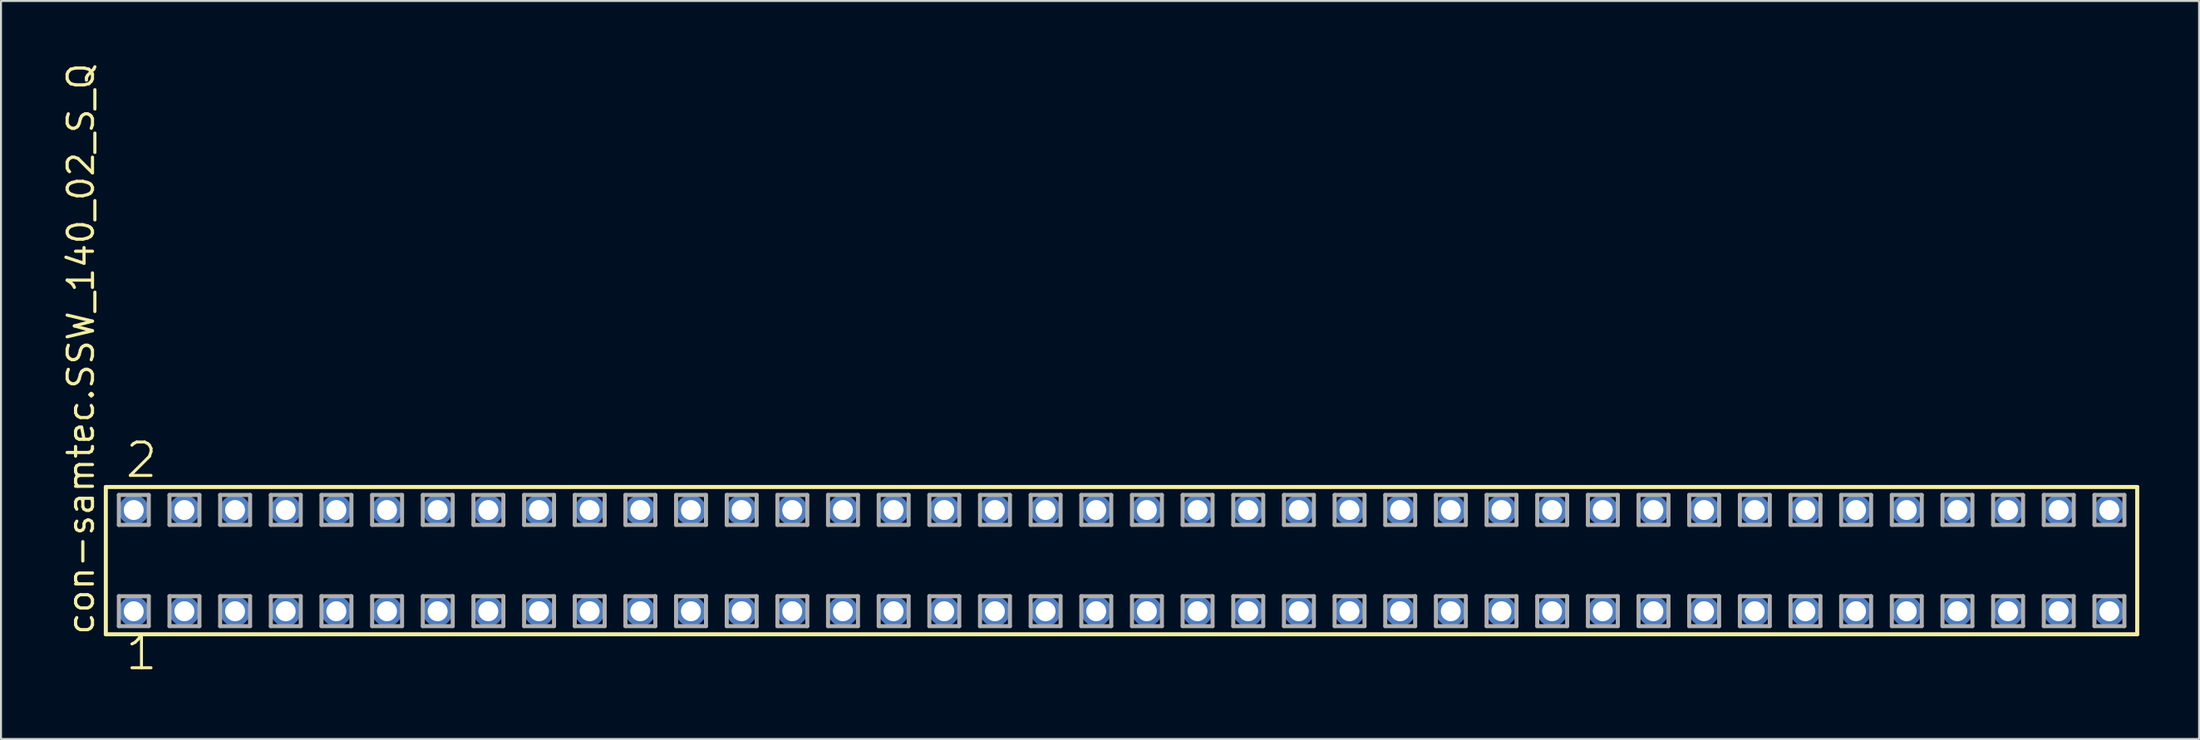
<source format=kicad_pcb>
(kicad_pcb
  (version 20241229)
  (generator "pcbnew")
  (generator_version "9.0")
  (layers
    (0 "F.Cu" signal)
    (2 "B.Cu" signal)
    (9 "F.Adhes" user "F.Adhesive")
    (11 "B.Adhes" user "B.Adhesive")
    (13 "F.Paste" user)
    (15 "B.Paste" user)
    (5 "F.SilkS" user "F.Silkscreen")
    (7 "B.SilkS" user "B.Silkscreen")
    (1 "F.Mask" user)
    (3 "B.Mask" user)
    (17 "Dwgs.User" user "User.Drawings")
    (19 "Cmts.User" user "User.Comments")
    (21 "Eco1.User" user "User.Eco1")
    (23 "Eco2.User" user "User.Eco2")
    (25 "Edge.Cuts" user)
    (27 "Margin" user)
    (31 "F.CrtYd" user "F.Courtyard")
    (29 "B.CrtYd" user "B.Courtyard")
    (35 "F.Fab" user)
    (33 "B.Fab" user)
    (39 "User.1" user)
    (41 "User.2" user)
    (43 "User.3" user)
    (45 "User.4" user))
  (footprint "con-samtec.SSW_140_02_S_Q"
    (layer "F.Cu")
    (at 53.185 25.082)
    (property "Reference" "con-samtec.SSW_140_02_S_Q" (at -51.435 3.81 90) (layer "F.SilkS") (effects (font (size 1.27 1.27) (thickness 0.16)) (justify left bottom)))
    (attr through_hole)
    (fp_line (start -50.929 -3.695) (end 50.929 -3.695) (stroke (width 0.203) (type default)) (layer "F.SilkS"))
    (fp_line (start -50.929 3.695) (end -50.929 -3.695) (stroke (width 0.203) (type default)) (layer "F.SilkS"))
    (fp_line (start 50.929 -3.695) (end 50.929 3.695) (stroke (width 0.203) (type default)) (layer "F.SilkS"))
    (fp_line (start 50.929 3.695) (end -50.929 3.695) (stroke (width 0.203) (type default)) (layer "F.SilkS"))
    (fp_line (start -50.275 -3.295) (end -48.775 -3.295) (stroke (width 0.203) (type default)) (layer "F.Fab"))
    (fp_line (start -50.275 -1.795) (end -50.275 -3.295) (stroke (width 0.203) (type default)) (layer "F.Fab"))
    (fp_line (start -50.275 1.785) (end -48.775 1.785) (stroke (width 0.203) (type default)) (layer "F.Fab"))
    (fp_line (start -50.275 3.285) (end -50.275 1.785) (stroke (width 0.203) (type default)) (layer "F.Fab"))
    (fp_line (start -48.775 -3.295) (end -48.775 -1.795) (stroke (width 0.203) (type default)) (layer "F.Fab"))
    (fp_line (start -48.775 -1.795) (end -50.275 -1.795) (stroke (width 0.203) (type default)) (layer "F.Fab"))
    (fp_line (start -48.775 1.785) (end -48.775 3.285) (stroke (width 0.203) (type default)) (layer "F.Fab"))
    (fp_line (start -48.775 3.285) (end -50.275 3.285) (stroke (width 0.203) (type default)) (layer "F.Fab"))
    (fp_line (start -47.735 -3.295) (end -46.235 -3.295) (stroke (width 0.203) (type default)) (layer "F.Fab"))
    (fp_line (start -47.735 -1.795) (end -47.735 -3.295) (stroke (width 0.203) (type default)) (layer "F.Fab"))
    (fp_line (start -47.735 1.785) (end -46.235 1.785) (stroke (width 0.203) (type default)) (layer "F.Fab"))
    (fp_line (start -47.735 3.285) (end -47.735 1.785) (stroke (width 0.203) (type default)) (layer "F.Fab"))
    (fp_line (start -46.235 -3.295) (end -46.235 -1.795) (stroke (width 0.203) (type default)) (layer "F.Fab"))
    (fp_line (start -46.235 -1.795) (end -47.735 -1.795) (stroke (width 0.203) (type default)) (layer "F.Fab"))
    (fp_line (start -46.235 1.785) (end -46.235 3.285) (stroke (width 0.203) (type default)) (layer "F.Fab"))
    (fp_line (start -46.235 3.285) (end -47.735 3.285) (stroke (width 0.203) (type default)) (layer "F.Fab"))
    (fp_line (start -45.195 -3.295) (end -43.695 -3.295) (stroke (width 0.203) (type default)) (layer "F.Fab"))
    (fp_line (start -45.195 -1.795) (end -45.195 -3.295) (stroke (width 0.203) (type default)) (layer "F.Fab"))
    (fp_line (start -45.195 1.785) (end -43.695 1.785) (stroke (width 0.203) (type default)) (layer "F.Fab"))
    (fp_line (start -45.195 3.285) (end -45.195 1.785) (stroke (width 0.203) (type default)) (layer "F.Fab"))
    (fp_line (start -43.695 -3.295) (end -43.695 -1.795) (stroke (width 0.203) (type default)) (layer "F.Fab"))
    (fp_line (start -43.695 -1.795) (end -45.195 -1.795) (stroke (width 0.203) (type default)) (layer "F.Fab"))
    (fp_line (start -43.695 1.785) (end -43.695 3.285) (stroke (width 0.203) (type default)) (layer "F.Fab"))
    (fp_line (start -43.695 3.285) (end -45.195 3.285) (stroke (width 0.203) (type default)) (layer "F.Fab"))
    (fp_line (start -42.655 -3.295) (end -41.155 -3.295) (stroke (width 0.203) (type default)) (layer "F.Fab"))
    (fp_line (start -42.655 -1.795) (end -42.655 -3.295) (stroke (width 0.203) (type default)) (layer "F.Fab"))
    (fp_line (start -42.655 1.785) (end -41.155 1.785) (stroke (width 0.203) (type default)) (layer "F.Fab"))
    (fp_line (start -42.655 3.285) (end -42.655 1.785) (stroke (width 0.203) (type default)) (layer "F.Fab"))
    (fp_line (start -41.155 -3.295) (end -41.155 -1.795) (stroke (width 0.203) (type default)) (layer "F.Fab"))
    (fp_line (start -41.155 -1.795) (end -42.655 -1.795) (stroke (width 0.203) (type default)) (layer "F.Fab"))
    (fp_line (start -41.155 1.785) (end -41.155 3.285) (stroke (width 0.203) (type default)) (layer "F.Fab"))
    (fp_line (start -41.155 3.285) (end -42.655 3.285) (stroke (width 0.203) (type default)) (layer "F.Fab"))
    (fp_line (start -40.115 -3.295) (end -38.615 -3.295) (stroke (width 0.203) (type default)) (layer "F.Fab"))
    (fp_line (start -40.115 -1.795) (end -40.115 -3.295) (stroke (width 0.203) (type default)) (layer "F.Fab"))
    (fp_line (start -40.115 1.785) (end -38.615 1.785) (stroke (width 0.203) (type default)) (layer "F.Fab"))
    (fp_line (start -40.115 3.285) (end -40.115 1.785) (stroke (width 0.203) (type default)) (layer "F.Fab"))
    (fp_line (start -38.615 -3.295) (end -38.615 -1.795) (stroke (width 0.203) (type default)) (layer "F.Fab"))
    (fp_line (start -38.615 -1.795) (end -40.115 -1.795) (stroke (width 0.203) (type default)) (layer "F.Fab"))
    (fp_line (start -38.615 1.785) (end -38.615 3.285) (stroke (width 0.203) (type default)) (layer "F.Fab"))
    (fp_line (start -38.615 3.285) (end -40.115 3.285) (stroke (width 0.203) (type default)) (layer "F.Fab"))
    (fp_line (start -37.575 -3.295) (end -36.075 -3.295) (stroke (width 0.203) (type default)) (layer "F.Fab"))
    (fp_line (start -37.575 -1.795) (end -37.575 -3.295) (stroke (width 0.203) (type default)) (layer "F.Fab"))
    (fp_line (start -37.575 1.785) (end -36.075 1.785) (stroke (width 0.203) (type default)) (layer "F.Fab"))
    (fp_line (start -37.575 3.285) (end -37.575 1.785) (stroke (width 0.203) (type default)) (layer "F.Fab"))
    (fp_line (start -36.075 -3.295) (end -36.075 -1.795) (stroke (width 0.203) (type default)) (layer "F.Fab"))
    (fp_line (start -36.075 -1.795) (end -37.575 -1.795) (stroke (width 0.203) (type default)) (layer "F.Fab"))
    (fp_line (start -36.075 1.785) (end -36.075 3.285) (stroke (width 0.203) (type default)) (layer "F.Fab"))
    (fp_line (start -36.075 3.285) (end -37.575 3.285) (stroke (width 0.203) (type default)) (layer "F.Fab"))
    (fp_line (start -35.035 -3.295) (end -33.535 -3.295) (stroke (width 0.203) (type default)) (layer "F.Fab"))
    (fp_line (start -35.035 -1.795) (end -35.035 -3.295) (stroke (width 0.203) (type default)) (layer "F.Fab"))
    (fp_line (start -35.035 1.785) (end -33.535 1.785) (stroke (width 0.203) (type default)) (layer "F.Fab"))
    (fp_line (start -35.035 3.285) (end -35.035 1.785) (stroke (width 0.203) (type default)) (layer "F.Fab"))
    (fp_line (start -33.535 -3.295) (end -33.535 -1.795) (stroke (width 0.203) (type default)) (layer "F.Fab"))
    (fp_line (start -33.535 -1.795) (end -35.035 -1.795) (stroke (width 0.203) (type default)) (layer "F.Fab"))
    (fp_line (start -33.535 1.785) (end -33.535 3.285) (stroke (width 0.203) (type default)) (layer "F.Fab"))
    (fp_line (start -33.535 3.285) (end -35.035 3.285) (stroke (width 0.203) (type default)) (layer "F.Fab"))
    (fp_line (start -32.495 -3.295) (end -30.995 -3.295) (stroke (width 0.203) (type default)) (layer "F.Fab"))
    (fp_line (start -32.495 -1.795) (end -32.495 -3.295) (stroke (width 0.203) (type default)) (layer "F.Fab"))
    (fp_line (start -32.495 1.785) (end -30.995 1.785) (stroke (width 0.203) (type default)) (layer "F.Fab"))
    (fp_line (start -32.495 3.285) (end -32.495 1.785) (stroke (width 0.203) (type default)) (layer "F.Fab"))
    (fp_line (start -30.995 -3.295) (end -30.995 -1.795) (stroke (width 0.203) (type default)) (layer "F.Fab"))
    (fp_line (start -30.995 -1.795) (end -32.495 -1.795) (stroke (width 0.203) (type default)) (layer "F.Fab"))
    (fp_line (start -30.995 1.785) (end -30.995 3.285) (stroke (width 0.203) (type default)) (layer "F.Fab"))
    (fp_line (start -30.995 3.285) (end -32.495 3.285) (stroke (width 0.203) (type default)) (layer "F.Fab"))
    (fp_line (start -29.955 -3.295) (end -28.455 -3.295) (stroke (width 0.203) (type default)) (layer "F.Fab"))
    (fp_line (start -29.955 -1.795) (end -29.955 -3.295) (stroke (width 0.203) (type default)) (layer "F.Fab"))
    (fp_line (start -29.955 1.785) (end -28.455 1.785) (stroke (width 0.203) (type default)) (layer "F.Fab"))
    (fp_line (start -29.955 3.285) (end -29.955 1.785) (stroke (width 0.203) (type default)) (layer "F.Fab"))
    (fp_line (start -28.455 -3.295) (end -28.455 -1.795) (stroke (width 0.203) (type default)) (layer "F.Fab"))
    (fp_line (start -28.455 -1.795) (end -29.955 -1.795) (stroke (width 0.203) (type default)) (layer "F.Fab"))
    (fp_line (start -28.455 1.785) (end -28.455 3.285) (stroke (width 0.203) (type default)) (layer "F.Fab"))
    (fp_line (start -28.455 3.285) (end -29.955 3.285) (stroke (width 0.203) (type default)) (layer "F.Fab"))
    (fp_line (start -27.415 -3.295) (end -25.915 -3.295) (stroke (width 0.203) (type default)) (layer "F.Fab"))
    (fp_line (start -27.415 -1.795) (end -27.415 -3.295) (stroke (width 0.203) (type default)) (layer "F.Fab"))
    (fp_line (start -27.415 1.785) (end -25.915 1.785) (stroke (width 0.203) (type default)) (layer "F.Fab"))
    (fp_line (start -27.415 3.285) (end -27.415 1.785) (stroke (width 0.203) (type default)) (layer "F.Fab"))
    (fp_line (start -25.915 -3.295) (end -25.915 -1.795) (stroke (width 0.203) (type default)) (layer "F.Fab"))
    (fp_line (start -25.915 -1.795) (end -27.415 -1.795) (stroke (width 0.203) (type default)) (layer "F.Fab"))
    (fp_line (start -25.915 1.785) (end -25.915 3.285) (stroke (width 0.203) (type default)) (layer "F.Fab"))
    (fp_line (start -25.915 3.285) (end -27.415 3.285) (stroke (width 0.203) (type default)) (layer "F.Fab"))
    (fp_line (start -24.875 -3.295) (end -23.375 -3.295) (stroke (width 0.203) (type default)) (layer "F.Fab"))
    (fp_line (start -24.875 -1.795) (end -24.875 -3.295) (stroke (width 0.203) (type default)) (layer "F.Fab"))
    (fp_line (start -24.875 1.785) (end -23.375 1.785) (stroke (width 0.203) (type default)) (layer "F.Fab"))
    (fp_line (start -24.875 3.285) (end -24.875 1.785) (stroke (width 0.203) (type default)) (layer "F.Fab"))
    (fp_line (start -23.375 -3.295) (end -23.375 -1.795) (stroke (width 0.203) (type default)) (layer "F.Fab"))
    (fp_line (start -23.375 -1.795) (end -24.875 -1.795) (stroke (width 0.203) (type default)) (layer "F.Fab"))
    (fp_line (start -23.375 1.785) (end -23.375 3.285) (stroke (width 0.203) (type default)) (layer "F.Fab"))
    (fp_line (start -23.375 3.285) (end -24.875 3.285) (stroke (width 0.203) (type default)) (layer "F.Fab"))
    (fp_line (start -22.335 -3.295) (end -20.835 -3.295) (stroke (width 0.203) (type default)) (layer "F.Fab"))
    (fp_line (start -22.335 -1.795) (end -22.335 -3.295) (stroke (width 0.203) (type default)) (layer "F.Fab"))
    (fp_line (start -22.335 1.785) (end -20.835 1.785) (stroke (width 0.203) (type default)) (layer "F.Fab"))
    (fp_line (start -22.335 3.285) (end -22.335 1.785) (stroke (width 0.203) (type default)) (layer "F.Fab"))
    (fp_line (start -20.835 -3.295) (end -20.835 -1.795) (stroke (width 0.203) (type default)) (layer "F.Fab"))
    (fp_line (start -20.835 -1.795) (end -22.335 -1.795) (stroke (width 0.203) (type default)) (layer "F.Fab"))
    (fp_line (start -20.835 1.785) (end -20.835 3.285) (stroke (width 0.203) (type default)) (layer "F.Fab"))
    (fp_line (start -20.835 3.285) (end -22.335 3.285) (stroke (width 0.203) (type default)) (layer "F.Fab"))
    (fp_line (start -19.795 -3.295) (end -18.295 -3.295) (stroke (width 0.203) (type default)) (layer "F.Fab"))
    (fp_line (start -19.795 -1.795) (end -19.795 -3.295) (stroke (width 0.203) (type default)) (layer "F.Fab"))
    (fp_line (start -19.795 1.785) (end -18.295 1.785) (stroke (width 0.203) (type default)) (layer "F.Fab"))
    (fp_line (start -19.795 3.285) (end -19.795 1.785) (stroke (width 0.203) (type default)) (layer "F.Fab"))
    (fp_line (start -18.295 -3.295) (end -18.295 -1.795) (stroke (width 0.203) (type default)) (layer "F.Fab"))
    (fp_line (start -18.295 -1.795) (end -19.795 -1.795) (stroke (width 0.203) (type default)) (layer "F.Fab"))
    (fp_line (start -18.295 1.785) (end -18.295 3.285) (stroke (width 0.203) (type default)) (layer "F.Fab"))
    (fp_line (start -18.295 3.285) (end -19.795 3.285) (stroke (width 0.203) (type default)) (layer "F.Fab"))
    (fp_line (start -17.255 -3.295) (end -15.755 -3.295) (stroke (width 0.203) (type default)) (layer "F.Fab"))
    (fp_line (start -17.255 -1.795) (end -17.255 -3.295) (stroke (width 0.203) (type default)) (layer "F.Fab"))
    (fp_line (start -17.255 1.785) (end -15.755 1.785) (stroke (width 0.203) (type default)) (layer "F.Fab"))
    (fp_line (start -17.255 3.285) (end -17.255 1.785) (stroke (width 0.203) (type default)) (layer "F.Fab"))
    (fp_line (start -15.755 -3.295) (end -15.755 -1.795) (stroke (width 0.203) (type default)) (layer "F.Fab"))
    (fp_line (start -15.755 -1.795) (end -17.255 -1.795) (stroke (width 0.203) (type default)) (layer "F.Fab"))
    (fp_line (start -15.755 1.785) (end -15.755 3.285) (stroke (width 0.203) (type default)) (layer "F.Fab"))
    (fp_line (start -15.755 3.285) (end -17.255 3.285) (stroke (width 0.203) (type default)) (layer "F.Fab"))
    (fp_line (start -14.715 -3.295) (end -13.215 -3.295) (stroke (width 0.203) (type default)) (layer "F.Fab"))
    (fp_line (start -14.715 -1.795) (end -14.715 -3.295) (stroke (width 0.203) (type default)) (layer "F.Fab"))
    (fp_line (start -14.715 1.785) (end -13.215 1.785) (stroke (width 0.203) (type default)) (layer "F.Fab"))
    (fp_line (start -14.715 3.285) (end -14.715 1.785) (stroke (width 0.203) (type default)) (layer "F.Fab"))
    (fp_line (start -13.215 -3.295) (end -13.215 -1.795) (stroke (width 0.203) (type default)) (layer "F.Fab"))
    (fp_line (start -13.215 -1.795) (end -14.715 -1.795) (stroke (width 0.203) (type default)) (layer "F.Fab"))
    (fp_line (start -13.215 1.785) (end -13.215 3.285) (stroke (width 0.203) (type default)) (layer "F.Fab"))
    (fp_line (start -13.215 3.285) (end -14.715 3.285) (stroke (width 0.203) (type default)) (layer "F.Fab"))
    (fp_line (start -12.175 -3.295) (end -10.675 -3.295) (stroke (width 0.203) (type default)) (layer "F.Fab"))
    (fp_line (start -12.175 -1.795) (end -12.175 -3.295) (stroke (width 0.203) (type default)) (layer "F.Fab"))
    (fp_line (start -12.175 1.785) (end -10.675 1.785) (stroke (width 0.203) (type default)) (layer "F.Fab"))
    (fp_line (start -12.175 3.285) (end -12.175 1.785) (stroke (width 0.203) (type default)) (layer "F.Fab"))
    (fp_line (start -10.675 -3.295) (end -10.675 -1.795) (stroke (width 0.203) (type default)) (layer "F.Fab"))
    (fp_line (start -10.675 -1.795) (end -12.175 -1.795) (stroke (width 0.203) (type default)) (layer "F.Fab"))
    (fp_line (start -10.675 1.785) (end -10.675 3.285) (stroke (width 0.203) (type default)) (layer "F.Fab"))
    (fp_line (start -10.675 3.285) (end -12.175 3.285) (stroke (width 0.203) (type default)) (layer "F.Fab"))
    (fp_line (start -9.635 -3.295) (end -8.135 -3.295) (stroke (width 0.203) (type default)) (layer "F.Fab"))
    (fp_line (start -9.635 -1.795) (end -9.635 -3.295) (stroke (width 0.203) (type default)) (layer "F.Fab"))
    (fp_line (start -9.635 1.785) (end -8.135 1.785) (stroke (width 0.203) (type default)) (layer "F.Fab"))
    (fp_line (start -9.635 3.285) (end -9.635 1.785) (stroke (width 0.203) (type default)) (layer "F.Fab"))
    (fp_line (start -8.135 -3.295) (end -8.135 -1.795) (stroke (width 0.203) (type default)) (layer "F.Fab"))
    (fp_line (start -8.135 -1.795) (end -9.635 -1.795) (stroke (width 0.203) (type default)) (layer "F.Fab"))
    (fp_line (start -8.135 1.785) (end -8.135 3.285) (stroke (width 0.203) (type default)) (layer "F.Fab"))
    (fp_line (start -8.135 3.285) (end -9.635 3.285) (stroke (width 0.203) (type default)) (layer "F.Fab"))
    (fp_line (start -7.095 -3.295) (end -5.595 -3.295) (stroke (width 0.203) (type default)) (layer "F.Fab"))
    (fp_line (start -7.095 -1.795) (end -7.095 -3.295) (stroke (width 0.203) (type default)) (layer "F.Fab"))
    (fp_line (start -7.095 1.785) (end -5.595 1.785) (stroke (width 0.203) (type default)) (layer "F.Fab"))
    (fp_line (start -7.095 3.285) (end -7.095 1.785) (stroke (width 0.203) (type default)) (layer "F.Fab"))
    (fp_line (start -5.595 -3.295) (end -5.595 -1.795) (stroke (width 0.203) (type default)) (layer "F.Fab"))
    (fp_line (start -5.595 -1.795) (end -7.095 -1.795) (stroke (width 0.203) (type default)) (layer "F.Fab"))
    (fp_line (start -5.595 1.785) (end -5.595 3.285) (stroke (width 0.203) (type default)) (layer "F.Fab"))
    (fp_line (start -5.595 3.285) (end -7.095 3.285) (stroke (width 0.203) (type default)) (layer "F.Fab"))
    (fp_line (start -4.555 -3.295) (end -3.055 -3.295) (stroke (width 0.203) (type default)) (layer "F.Fab"))
    (fp_line (start -4.555 -1.795) (end -4.555 -3.295) (stroke (width 0.203) (type default)) (layer "F.Fab"))
    (fp_line (start -4.555 1.785) (end -3.055 1.785) (stroke (width 0.203) (type default)) (layer "F.Fab"))
    (fp_line (start -4.555 3.285) (end -4.555 1.785) (stroke (width 0.203) (type default)) (layer "F.Fab"))
    (fp_line (start -3.055 -3.295) (end -3.055 -1.795) (stroke (width 0.203) (type default)) (layer "F.Fab"))
    (fp_line (start -3.055 -1.795) (end -4.555 -1.795) (stroke (width 0.203) (type default)) (layer "F.Fab"))
    (fp_line (start -3.055 1.785) (end -3.055 3.285) (stroke (width 0.203) (type default)) (layer "F.Fab"))
    (fp_line (start -3.055 3.285) (end -4.555 3.285) (stroke (width 0.203) (type default)) (layer "F.Fab"))
    (fp_line (start -2.015 -3.295) (end -0.515 -3.295) (stroke (width 0.203) (type default)) (layer "F.Fab"))
    (fp_line (start -2.015 -1.795) (end -2.015 -3.295) (stroke (width 0.203) (type default)) (layer "F.Fab"))
    (fp_line (start -2.015 1.785) (end -0.515 1.785) (stroke (width 0.203) (type default)) (layer "F.Fab"))
    (fp_line (start -2.015 3.285) (end -2.015 1.785) (stroke (width 0.203) (type default)) (layer "F.Fab"))
    (fp_line (start -0.515 -3.295) (end -0.515 -1.795) (stroke (width 0.203) (type default)) (layer "F.Fab"))
    (fp_line (start -0.515 -1.795) (end -2.015 -1.795) (stroke (width 0.203) (type default)) (layer "F.Fab"))
    (fp_line (start -0.515 1.785) (end -0.515 3.285) (stroke (width 0.203) (type default)) (layer "F.Fab"))
    (fp_line (start -0.515 3.285) (end -2.015 3.285) (stroke (width 0.203) (type default)) (layer "F.Fab"))
    (fp_line (start 0.525 -3.295) (end 2.025 -3.295) (stroke (width 0.203) (type default)) (layer "F.Fab"))
    (fp_line (start 0.525 -1.795) (end 0.525 -3.295) (stroke (width 0.203) (type default)) (layer "F.Fab"))
    (fp_line (start 0.525 1.785) (end 2.025 1.785) (stroke (width 0.203) (type default)) (layer "F.Fab"))
    (fp_line (start 0.525 3.285) (end 0.525 1.785) (stroke (width 0.203) (type default)) (layer "F.Fab"))
    (fp_line (start 2.025 -3.295) (end 2.025 -1.795) (stroke (width 0.203) (type default)) (layer "F.Fab"))
    (fp_line (start 2.025 -1.795) (end 0.525 -1.795) (stroke (width 0.203) (type default)) (layer "F.Fab"))
    (fp_line (start 2.025 1.785) (end 2.025 3.285) (stroke (width 0.203) (type default)) (layer "F.Fab"))
    (fp_line (start 2.025 3.285) (end 0.525 3.285) (stroke (width 0.203) (type default)) (layer "F.Fab"))
    (fp_line (start 3.065 -3.295) (end 4.565 -3.295) (stroke (width 0.203) (type default)) (layer "F.Fab"))
    (fp_line (start 3.065 -1.795) (end 3.065 -3.295) (stroke (width 0.203) (type default)) (layer "F.Fab"))
    (fp_line (start 3.065 1.785) (end 4.565 1.785) (stroke (width 0.203) (type default)) (layer "F.Fab"))
    (fp_line (start 3.065 3.285) (end 3.065 1.785) (stroke (width 0.203) (type default)) (layer "F.Fab"))
    (fp_line (start 4.565 -3.295) (end 4.565 -1.795) (stroke (width 0.203) (type default)) (layer "F.Fab"))
    (fp_line (start 4.565 -1.795) (end 3.065 -1.795) (stroke (width 0.203) (type default)) (layer "F.Fab"))
    (fp_line (start 4.565 1.785) (end 4.565 3.285) (stroke (width 0.203) (type default)) (layer "F.Fab"))
    (fp_line (start 4.565 3.285) (end 3.065 3.285) (stroke (width 0.203) (type default)) (layer "F.Fab"))
    (fp_line (start 5.605 -3.295) (end 7.105 -3.295) (stroke (width 0.203) (type default)) (layer "F.Fab"))
    (fp_line (start 5.605 -1.795) (end 5.605 -3.295) (stroke (width 0.203) (type default)) (layer "F.Fab"))
    (fp_line (start 5.605 1.785) (end 7.105 1.785) (stroke (width 0.203) (type default)) (layer "F.Fab"))
    (fp_line (start 5.605 3.285) (end 5.605 1.785) (stroke (width 0.203) (type default)) (layer "F.Fab"))
    (fp_line (start 7.105 -3.295) (end 7.105 -1.795) (stroke (width 0.203) (type default)) (layer "F.Fab"))
    (fp_line (start 7.105 -1.795) (end 5.605 -1.795) (stroke (width 0.203) (type default)) (layer "F.Fab"))
    (fp_line (start 7.105 1.785) (end 7.105 3.285) (stroke (width 0.203) (type default)) (layer "F.Fab"))
    (fp_line (start 7.105 3.285) (end 5.605 3.285) (stroke (width 0.203) (type default)) (layer "F.Fab"))
    (fp_line (start 8.145 -3.295) (end 9.645 -3.295) (stroke (width 0.203) (type default)) (layer "F.Fab"))
    (fp_line (start 8.145 -1.795) (end 8.145 -3.295) (stroke (width 0.203) (type default)) (layer "F.Fab"))
    (fp_line (start 8.145 1.785) (end 9.645 1.785) (stroke (width 0.203) (type default)) (layer "F.Fab"))
    (fp_line (start 8.145 3.285) (end 8.145 1.785) (stroke (width 0.203) (type default)) (layer "F.Fab"))
    (fp_line (start 9.645 -3.295) (end 9.645 -1.795) (stroke (width 0.203) (type default)) (layer "F.Fab"))
    (fp_line (start 9.645 -1.795) (end 8.145 -1.795) (stroke (width 0.203) (type default)) (layer "F.Fab"))
    (fp_line (start 9.645 1.785) (end 9.645 3.285) (stroke (width 0.203) (type default)) (layer "F.Fab"))
    (fp_line (start 9.645 3.285) (end 8.145 3.285) (stroke (width 0.203) (type default)) (layer "F.Fab"))
    (fp_line (start 10.685 -3.295) (end 12.185 -3.295) (stroke (width 0.203) (type default)) (layer "F.Fab"))
    (fp_line (start 10.685 -1.795) (end 10.685 -3.295) (stroke (width 0.203) (type default)) (layer "F.Fab"))
    (fp_line (start 10.685 1.785) (end 12.185 1.785) (stroke (width 0.203) (type default)) (layer "F.Fab"))
    (fp_line (start 10.685 3.285) (end 10.685 1.785) (stroke (width 0.203) (type default)) (layer "F.Fab"))
    (fp_line (start 12.185 -3.295) (end 12.185 -1.795) (stroke (width 0.203) (type default)) (layer "F.Fab"))
    (fp_line (start 12.185 -1.795) (end 10.685 -1.795) (stroke (width 0.203) (type default)) (layer "F.Fab"))
    (fp_line (start 12.185 1.785) (end 12.185 3.285) (stroke (width 0.203) (type default)) (layer "F.Fab"))
    (fp_line (start 12.185 3.285) (end 10.685 3.285) (stroke (width 0.203) (type default)) (layer "F.Fab"))
    (fp_line (start 13.225 -3.295) (end 14.725 -3.295) (stroke (width 0.203) (type default)) (layer "F.Fab"))
    (fp_line (start 13.225 -1.795) (end 13.225 -3.295) (stroke (width 0.203) (type default)) (layer "F.Fab"))
    (fp_line (start 13.225 1.785) (end 14.725 1.785) (stroke (width 0.203) (type default)) (layer "F.Fab"))
    (fp_line (start 13.225 3.285) (end 13.225 1.785) (stroke (width 0.203) (type default)) (layer "F.Fab"))
    (fp_line (start 14.725 -3.295) (end 14.725 -1.795) (stroke (width 0.203) (type default)) (layer "F.Fab"))
    (fp_line (start 14.725 -1.795) (end 13.225 -1.795) (stroke (width 0.203) (type default)) (layer "F.Fab"))
    (fp_line (start 14.725 1.785) (end 14.725 3.285) (stroke (width 0.203) (type default)) (layer "F.Fab"))
    (fp_line (start 14.725 3.285) (end 13.225 3.285) (stroke (width 0.203) (type default)) (layer "F.Fab"))
    (fp_line (start 15.765 -3.295) (end 17.265 -3.295) (stroke (width 0.203) (type default)) (layer "F.Fab"))
    (fp_line (start 15.765 -1.795) (end 15.765 -3.295) (stroke (width 0.203) (type default)) (layer "F.Fab"))
    (fp_line (start 15.765 1.785) (end 17.265 1.785) (stroke (width 0.203) (type default)) (layer "F.Fab"))
    (fp_line (start 15.765 3.285) (end 15.765 1.785) (stroke (width 0.203) (type default)) (layer "F.Fab"))
    (fp_line (start 17.265 -3.295) (end 17.265 -1.795) (stroke (width 0.203) (type default)) (layer "F.Fab"))
    (fp_line (start 17.265 -1.795) (end 15.765 -1.795) (stroke (width 0.203) (type default)) (layer "F.Fab"))
    (fp_line (start 17.265 1.785) (end 17.265 3.285) (stroke (width 0.203) (type default)) (layer "F.Fab"))
    (fp_line (start 17.265 3.285) (end 15.765 3.285) (stroke (width 0.203) (type default)) (layer "F.Fab"))
    (fp_line (start 18.305 -3.295) (end 19.805 -3.295) (stroke (width 0.203) (type default)) (layer "F.Fab"))
    (fp_line (start 18.305 -1.795) (end 18.305 -3.295) (stroke (width 0.203) (type default)) (layer "F.Fab"))
    (fp_line (start 18.305 1.785) (end 19.805 1.785) (stroke (width 0.203) (type default)) (layer "F.Fab"))
    (fp_line (start 18.305 3.285) (end 18.305 1.785) (stroke (width 0.203) (type default)) (layer "F.Fab"))
    (fp_line (start 19.805 -3.295) (end 19.805 -1.795) (stroke (width 0.203) (type default)) (layer "F.Fab"))
    (fp_line (start 19.805 -1.795) (end 18.305 -1.795) (stroke (width 0.203) (type default)) (layer "F.Fab"))
    (fp_line (start 19.805 1.785) (end 19.805 3.285) (stroke (width 0.203) (type default)) (layer "F.Fab"))
    (fp_line (start 19.805 3.285) (end 18.305 3.285) (stroke (width 0.203) (type default)) (layer "F.Fab"))
    (fp_line (start 20.845 -3.295) (end 22.345 -3.295) (stroke (width 0.203) (type default)) (layer "F.Fab"))
    (fp_line (start 20.845 -1.795) (end 20.845 -3.295) (stroke (width 0.203) (type default)) (layer "F.Fab"))
    (fp_line (start 20.845 1.785) (end 22.345 1.785) (stroke (width 0.203) (type default)) (layer "F.Fab"))
    (fp_line (start 20.845 3.285) (end 20.845 1.785) (stroke (width 0.203) (type default)) (layer "F.Fab"))
    (fp_line (start 22.345 -3.295) (end 22.345 -1.795) (stroke (width 0.203) (type default)) (layer "F.Fab"))
    (fp_line (start 22.345 -1.795) (end 20.845 -1.795) (stroke (width 0.203) (type default)) (layer "F.Fab"))
    (fp_line (start 22.345 1.785) (end 22.345 3.285) (stroke (width 0.203) (type default)) (layer "F.Fab"))
    (fp_line (start 22.345 3.285) (end 20.845 3.285) (stroke (width 0.203) (type default)) (layer "F.Fab"))
    (fp_line (start 23.385 -3.295) (end 24.885 -3.295) (stroke (width 0.203) (type default)) (layer "F.Fab"))
    (fp_line (start 23.385 -1.795) (end 23.385 -3.295) (stroke (width 0.203) (type default)) (layer "F.Fab"))
    (fp_line (start 23.385 1.785) (end 24.885 1.785) (stroke (width 0.203) (type default)) (layer "F.Fab"))
    (fp_line (start 23.385 3.285) (end 23.385 1.785) (stroke (width 0.203) (type default)) (layer "F.Fab"))
    (fp_line (start 24.885 -3.295) (end 24.885 -1.795) (stroke (width 0.203) (type default)) (layer "F.Fab"))
    (fp_line (start 24.885 -1.795) (end 23.385 -1.795) (stroke (width 0.203) (type default)) (layer "F.Fab"))
    (fp_line (start 24.885 1.785) (end 24.885 3.285) (stroke (width 0.203) (type default)) (layer "F.Fab"))
    (fp_line (start 24.885 3.285) (end 23.385 3.285) (stroke (width 0.203) (type default)) (layer "F.Fab"))
    (fp_line (start 25.925 -3.295) (end 27.425 -3.295) (stroke (width 0.203) (type default)) (layer "F.Fab"))
    (fp_line (start 25.925 -1.795) (end 25.925 -3.295) (stroke (width 0.203) (type default)) (layer "F.Fab"))
    (fp_line (start 25.925 1.785) (end 27.425 1.785) (stroke (width 0.203) (type default)) (layer "F.Fab"))
    (fp_line (start 25.925 3.285) (end 25.925 1.785) (stroke (width 0.203) (type default)) (layer "F.Fab"))
    (fp_line (start 27.425 -3.295) (end 27.425 -1.795) (stroke (width 0.203) (type default)) (layer "F.Fab"))
    (fp_line (start 27.425 -1.795) (end 25.925 -1.795) (stroke (width 0.203) (type default)) (layer "F.Fab"))
    (fp_line (start 27.425 1.785) (end 27.425 3.285) (stroke (width 0.203) (type default)) (layer "F.Fab"))
    (fp_line (start 27.425 3.285) (end 25.925 3.285) (stroke (width 0.203) (type default)) (layer "F.Fab"))
    (fp_line (start 28.465 -3.295) (end 29.965 -3.295) (stroke (width 0.203) (type default)) (layer "F.Fab"))
    (fp_line (start 28.465 -1.795) (end 28.465 -3.295) (stroke (width 0.203) (type default)) (layer "F.Fab"))
    (fp_line (start 28.465 1.785) (end 29.965 1.785) (stroke (width 0.203) (type default)) (layer "F.Fab"))
    (fp_line (start 28.465 3.285) (end 28.465 1.785) (stroke (width 0.203) (type default)) (layer "F.Fab"))
    (fp_line (start 29.965 -3.295) (end 29.965 -1.795) (stroke (width 0.203) (type default)) (layer "F.Fab"))
    (fp_line (start 29.965 -1.795) (end 28.465 -1.795) (stroke (width 0.203) (type default)) (layer "F.Fab"))
    (fp_line (start 29.965 1.785) (end 29.965 3.285) (stroke (width 0.203) (type default)) (layer "F.Fab"))
    (fp_line (start 29.965 3.285) (end 28.465 3.285) (stroke (width 0.203) (type default)) (layer "F.Fab"))
    (fp_line (start 31.005 -3.295) (end 32.505 -3.295) (stroke (width 0.203) (type default)) (layer "F.Fab"))
    (fp_line (start 31.005 -1.795) (end 31.005 -3.295) (stroke (width 0.203) (type default)) (layer "F.Fab"))
    (fp_line (start 31.005 1.785) (end 32.505 1.785) (stroke (width 0.203) (type default)) (layer "F.Fab"))
    (fp_line (start 31.005 3.285) (end 31.005 1.785) (stroke (width 0.203) (type default)) (layer "F.Fab"))
    (fp_line (start 32.505 -3.295) (end 32.505 -1.795) (stroke (width 0.203) (type default)) (layer "F.Fab"))
    (fp_line (start 32.505 -1.795) (end 31.005 -1.795) (stroke (width 0.203) (type default)) (layer "F.Fab"))
    (fp_line (start 32.505 1.785) (end 32.505 3.285) (stroke (width 0.203) (type default)) (layer "F.Fab"))
    (fp_line (start 32.505 3.285) (end 31.005 3.285) (stroke (width 0.203) (type default)) (layer "F.Fab"))
    (fp_line (start 33.545 -3.295) (end 35.045 -3.295) (stroke (width 0.203) (type default)) (layer "F.Fab"))
    (fp_line (start 33.545 -1.795) (end 33.545 -3.295) (stroke (width 0.203) (type default)) (layer "F.Fab"))
    (fp_line (start 33.545 1.785) (end 35.045 1.785) (stroke (width 0.203) (type default)) (layer "F.Fab"))
    (fp_line (start 33.545 3.285) (end 33.545 1.785) (stroke (width 0.203) (type default)) (layer "F.Fab"))
    (fp_line (start 35.045 -3.295) (end 35.045 -1.795) (stroke (width 0.203) (type default)) (layer "F.Fab"))
    (fp_line (start 35.045 -1.795) (end 33.545 -1.795) (stroke (width 0.203) (type default)) (layer "F.Fab"))
    (fp_line (start 35.045 1.785) (end 35.045 3.285) (stroke (width 0.203) (type default)) (layer "F.Fab"))
    (fp_line (start 35.045 3.285) (end 33.545 3.285) (stroke (width 0.203) (type default)) (layer "F.Fab"))
    (fp_line (start 36.085 -3.295) (end 37.585 -3.295) (stroke (width 0.203) (type default)) (layer "F.Fab"))
    (fp_line (start 36.085 -1.795) (end 36.085 -3.295) (stroke (width 0.203) (type default)) (layer "F.Fab"))
    (fp_line (start 36.085 1.785) (end 37.585 1.785) (stroke (width 0.203) (type default)) (layer "F.Fab"))
    (fp_line (start 36.085 3.285) (end 36.085 1.785) (stroke (width 0.203) (type default)) (layer "F.Fab"))
    (fp_line (start 37.585 -3.295) (end 37.585 -1.795) (stroke (width 0.203) (type default)) (layer "F.Fab"))
    (fp_line (start 37.585 -1.795) (end 36.085 -1.795) (stroke (width 0.203) (type default)) (layer "F.Fab"))
    (fp_line (start 37.585 1.785) (end 37.585 3.285) (stroke (width 0.203) (type default)) (layer "F.Fab"))
    (fp_line (start 37.585 3.285) (end 36.085 3.285) (stroke (width 0.203) (type default)) (layer "F.Fab"))
    (fp_line (start 38.625 -3.295) (end 40.125 -3.295) (stroke (width 0.203) (type default)) (layer "F.Fab"))
    (fp_line (start 38.625 -1.795) (end 38.625 -3.295) (stroke (width 0.203) (type default)) (layer "F.Fab"))
    (fp_line (start 38.625 1.785) (end 40.125 1.785) (stroke (width 0.203) (type default)) (layer "F.Fab"))
    (fp_line (start 38.625 3.285) (end 38.625 1.785) (stroke (width 0.203) (type default)) (layer "F.Fab"))
    (fp_line (start 40.125 -3.295) (end 40.125 -1.795) (stroke (width 0.203) (type default)) (layer "F.Fab"))
    (fp_line (start 40.125 -1.795) (end 38.625 -1.795) (stroke (width 0.203) (type default)) (layer "F.Fab"))
    (fp_line (start 40.125 1.785) (end 40.125 3.285) (stroke (width 0.203) (type default)) (layer "F.Fab"))
    (fp_line (start 40.125 3.285) (end 38.625 3.285) (stroke (width 0.203) (type default)) (layer "F.Fab"))
    (fp_line (start 41.165 -3.295) (end 42.665 -3.295) (stroke (width 0.203) (type default)) (layer "F.Fab"))
    (fp_line (start 41.165 -1.795) (end 41.165 -3.295) (stroke (width 0.203) (type default)) (layer "F.Fab"))
    (fp_line (start 41.165 1.785) (end 42.665 1.785) (stroke (width 0.203) (type default)) (layer "F.Fab"))
    (fp_line (start 41.165 3.285) (end 41.165 1.785) (stroke (width 0.203) (type default)) (layer "F.Fab"))
    (fp_line (start 42.665 -3.295) (end 42.665 -1.795) (stroke (width 0.203) (type default)) (layer "F.Fab"))
    (fp_line (start 42.665 -1.795) (end 41.165 -1.795) (stroke (width 0.203) (type default)) (layer "F.Fab"))
    (fp_line (start 42.665 1.785) (end 42.665 3.285) (stroke (width 0.203) (type default)) (layer "F.Fab"))
    (fp_line (start 42.665 3.285) (end 41.165 3.285) (stroke (width 0.203) (type default)) (layer "F.Fab"))
    (fp_line (start 43.705 -3.295) (end 45.205 -3.295) (stroke (width 0.203) (type default)) (layer "F.Fab"))
    (fp_line (start 43.705 -1.795) (end 43.705 -3.295) (stroke (width 0.203) (type default)) (layer "F.Fab"))
    (fp_line (start 43.705 1.785) (end 45.205 1.785) (stroke (width 0.203) (type default)) (layer "F.Fab"))
    (fp_line (start 43.705 3.285) (end 43.705 1.785) (stroke (width 0.203) (type default)) (layer "F.Fab"))
    (fp_line (start 45.205 -3.295) (end 45.205 -1.795) (stroke (width 0.203) (type default)) (layer "F.Fab"))
    (fp_line (start 45.205 -1.795) (end 43.705 -1.795) (stroke (width 0.203) (type default)) (layer "F.Fab"))
    (fp_line (start 45.205 1.785) (end 45.205 3.285) (stroke (width 0.203) (type default)) (layer "F.Fab"))
    (fp_line (start 45.205 3.285) (end 43.705 3.285) (stroke (width 0.203) (type default)) (layer "F.Fab"))
    (fp_line (start 46.245 -3.295) (end 47.745 -3.295) (stroke (width 0.203) (type default)) (layer "F.Fab"))
    (fp_line (start 46.245 -1.795) (end 46.245 -3.295) (stroke (width 0.203) (type default)) (layer "F.Fab"))
    (fp_line (start 46.245 1.785) (end 47.745 1.785) (stroke (width 0.203) (type default)) (layer "F.Fab"))
    (fp_line (start 46.245 3.285) (end 46.245 1.785) (stroke (width 0.203) (type default)) (layer "F.Fab"))
    (fp_line (start 47.745 -3.295) (end 47.745 -1.795) (stroke (width 0.203) (type default)) (layer "F.Fab"))
    (fp_line (start 47.745 -1.795) (end 46.245 -1.795) (stroke (width 0.203) (type default)) (layer "F.Fab"))
    (fp_line (start 47.745 1.785) (end 47.745 3.285) (stroke (width 0.203) (type default)) (layer "F.Fab"))
    (fp_line (start 47.745 3.285) (end 46.245 3.285) (stroke (width 0.203) (type default)) (layer "F.Fab"))
    (fp_line (start 48.785 -3.295) (end 50.285 -3.295) (stroke (width 0.203) (type default)) (layer "F.Fab"))
    (fp_line (start 48.785 -1.795) (end 48.785 -3.295) (stroke (width 0.203) (type default)) (layer "F.Fab"))
    (fp_line (start 48.785 1.785) (end 50.285 1.785) (stroke (width 0.203) (type default)) (layer "F.Fab"))
    (fp_line (start 48.785 3.285) (end 48.785 1.785) (stroke (width 0.203) (type default)) (layer "F.Fab"))
    (fp_line (start 50.285 -3.295) (end 50.285 -1.795) (stroke (width 0.203) (type default)) (layer "F.Fab"))
    (fp_line (start 50.285 -1.795) (end 48.785 -1.795) (stroke (width 0.203) (type default)) (layer "F.Fab"))
    (fp_line (start 50.285 1.785) (end 50.285 3.285) (stroke (width 0.203) (type default)) (layer "F.Fab"))
    (fp_line (start 50.285 3.285) (end 48.785 3.285) (stroke (width 0.203) (type default)) (layer "F.Fab"))
    (fp_text user "1" (at -50.038 5.588 0) (layer "F.SilkS") (effects (font (size 1.676 1.676) (thickness 0.15)) (justify left bottom)))
    (fp_text user "2" (at -50.038 -4.064 0) (layer "F.SilkS") (effects (font (size 1.676 1.676) (thickness 0.15)) (justify left bottom)))
    (pad "1" thru_hole circle (at -49.53 2.54) (size 1.5 1.5) (drill 1) (layers "*.Cu" "*.Mask"))
    (pad "2" thru_hole circle (at -49.53 -2.54) (size 1.5 1.5) (drill 1) (layers "*.Cu" "*.Mask"))
    (pad "3" thru_hole circle (at -46.99 2.54) (size 1.5 1.5) (drill 1) (layers "*.Cu" "*.Mask"))
    (pad "4" thru_hole circle (at -46.99 -2.54) (size 1.5 1.5) (drill 1) (layers "*.Cu" "*.Mask"))
    (pad "5" thru_hole circle (at -44.45 2.54) (size 1.5 1.5) (drill 1) (layers "*.Cu" "*.Mask"))
    (pad "6" thru_hole circle (at -44.45 -2.54) (size 1.5 1.5) (drill 1) (layers "*.Cu" "*.Mask"))
    (pad "7" thru_hole circle (at -41.91 2.54) (size 1.5 1.5) (drill 1) (layers "*.Cu" "*.Mask"))
    (pad "8" thru_hole circle (at -41.91 -2.54) (size 1.5 1.5) (drill 1) (layers "*.Cu" "*.Mask"))
    (pad "9" thru_hole circle (at -39.37 2.54) (size 1.5 1.5) (drill 1) (layers "*.Cu" "*.Mask"))
    (pad "10" thru_hole circle (at -39.37 -2.54) (size 1.5 1.5) (drill 1) (layers "*.Cu" "*.Mask"))
    (pad "11" thru_hole circle (at -36.83 2.54) (size 1.5 1.5) (drill 1) (layers "*.Cu" "*.Mask"))
    (pad "12" thru_hole circle (at -36.83 -2.54) (size 1.5 1.5) (drill 1) (layers "*.Cu" "*.Mask"))
    (pad "13" thru_hole circle (at -34.29 2.54) (size 1.5 1.5) (drill 1) (layers "*.Cu" "*.Mask"))
    (pad "14" thru_hole circle (at -34.29 -2.54) (size 1.5 1.5) (drill 1) (layers "*.Cu" "*.Mask"))
    (pad "15" thru_hole circle (at -31.75 2.54) (size 1.5 1.5) (drill 1) (layers "*.Cu" "*.Mask"))
    (pad "16" thru_hole circle (at -31.75 -2.54) (size 1.5 1.5) (drill 1) (layers "*.Cu" "*.Mask"))
    (pad "17" thru_hole circle (at -29.21 2.54) (size 1.5 1.5) (drill 1) (layers "*.Cu" "*.Mask"))
    (pad "18" thru_hole circle (at -29.21 -2.54) (size 1.5 1.5) (drill 1) (layers "*.Cu" "*.Mask"))
    (pad "19" thru_hole circle (at -26.67 2.54) (size 1.5 1.5) (drill 1) (layers "*.Cu" "*.Mask"))
    (pad "20" thru_hole circle (at -26.67 -2.54) (size 1.5 1.5) (drill 1) (layers "*.Cu" "*.Mask"))
    (pad "21" thru_hole circle (at -24.13 2.54) (size 1.5 1.5) (drill 1) (layers "*.Cu" "*.Mask"))
    (pad "22" thru_hole circle (at -24.13 -2.54) (size 1.5 1.5) (drill 1) (layers "*.Cu" "*.Mask"))
    (pad "23" thru_hole circle (at -21.59 2.54) (size 1.5 1.5) (drill 1) (layers "*.Cu" "*.Mask"))
    (pad "24" thru_hole circle (at -21.59 -2.54) (size 1.5 1.5) (drill 1) (layers "*.Cu" "*.Mask"))
    (pad "25" thru_hole circle (at -19.05 2.54) (size 1.5 1.5) (drill 1) (layers "*.Cu" "*.Mask"))
    (pad "26" thru_hole circle (at -19.05 -2.54) (size 1.5 1.5) (drill 1) (layers "*.Cu" "*.Mask"))
    (pad "27" thru_hole circle (at -16.51 2.54) (size 1.5 1.5) (drill 1) (layers "*.Cu" "*.Mask"))
    (pad "28" thru_hole circle (at -16.51 -2.54) (size 1.5 1.5) (drill 1) (layers "*.Cu" "*.Mask"))
    (pad "29" thru_hole circle (at -13.97 2.54) (size 1.5 1.5) (drill 1) (layers "*.Cu" "*.Mask"))
    (pad "30" thru_hole circle (at -13.97 -2.54) (size 1.5 1.5) (drill 1) (layers "*.Cu" "*.Mask"))
    (pad "31" thru_hole circle (at -11.43 2.54) (size 1.5 1.5) (drill 1) (layers "*.Cu" "*.Mask"))
    (pad "32" thru_hole circle (at -11.43 -2.54) (size 1.5 1.5) (drill 1) (layers "*.Cu" "*.Mask"))
    (pad "33" thru_hole circle (at -8.89 2.54) (size 1.5 1.5) (drill 1) (layers "*.Cu" "*.Mask"))
    (pad "34" thru_hole circle (at -8.89 -2.54) (size 1.5 1.5) (drill 1) (layers "*.Cu" "*.Mask"))
    (pad "35" thru_hole circle (at -6.35 2.54) (size 1.5 1.5) (drill 1) (layers "*.Cu" "*.Mask"))
    (pad "36" thru_hole circle (at -6.35 -2.54) (size 1.5 1.5) (drill 1) (layers "*.Cu" "*.Mask"))
    (pad "37" thru_hole circle (at -3.81 2.54) (size 1.5 1.5) (drill 1) (layers "*.Cu" "*.Mask"))
    (pad "38" thru_hole circle (at -3.81 -2.54) (size 1.5 1.5) (drill 1) (layers "*.Cu" "*.Mask"))
    (pad "39" thru_hole circle (at -1.27 2.54) (size 1.5 1.5) (drill 1) (layers "*.Cu" "*.Mask"))
    (pad "40" thru_hole circle (at -1.27 -2.54) (size 1.5 1.5) (drill 1) (layers "*.Cu" "*.Mask"))
    (pad "41" thru_hole circle (at 1.27 2.54) (size 1.5 1.5) (drill 1) (layers "*.Cu" "*.Mask"))
    (pad "42" thru_hole circle (at 1.27 -2.54) (size 1.5 1.5) (drill 1) (layers "*.Cu" "*.Mask"))
    (pad "43" thru_hole circle (at 3.81 2.54) (size 1.5 1.5) (drill 1) (layers "*.Cu" "*.Mask"))
    (pad "44" thru_hole circle (at 3.81 -2.54) (size 1.5 1.5) (drill 1) (layers "*.Cu" "*.Mask"))
    (pad "45" thru_hole circle (at 6.35 2.54) (size 1.5 1.5) (drill 1) (layers "*.Cu" "*.Mask"))
    (pad "46" thru_hole circle (at 6.35 -2.54) (size 1.5 1.5) (drill 1) (layers "*.Cu" "*.Mask"))
    (pad "47" thru_hole circle (at 8.89 2.54) (size 1.5 1.5) (drill 1) (layers "*.Cu" "*.Mask"))
    (pad "48" thru_hole circle (at 8.89 -2.54) (size 1.5 1.5) (drill 1) (layers "*.Cu" "*.Mask"))
    (pad "49" thru_hole circle (at 11.43 2.54) (size 1.5 1.5) (drill 1) (layers "*.Cu" "*.Mask"))
    (pad "50" thru_hole circle (at 11.43 -2.54) (size 1.5 1.5) (drill 1) (layers "*.Cu" "*.Mask"))
    (pad "51" thru_hole circle (at 13.97 2.54) (size 1.5 1.5) (drill 1) (layers "*.Cu" "*.Mask"))
    (pad "52" thru_hole circle (at 13.97 -2.54) (size 1.5 1.5) (drill 1) (layers "*.Cu" "*.Mask"))
    (pad "53" thru_hole circle (at 16.51 2.54) (size 1.5 1.5) (drill 1) (layers "*.Cu" "*.Mask"))
    (pad "54" thru_hole circle (at 16.51 -2.54) (size 1.5 1.5) (drill 1) (layers "*.Cu" "*.Mask"))
    (pad "55" thru_hole circle (at 19.05 2.54) (size 1.5 1.5) (drill 1) (layers "*.Cu" "*.Mask"))
    (pad "56" thru_hole circle (at 19.05 -2.54) (size 1.5 1.5) (drill 1) (layers "*.Cu" "*.Mask"))
    (pad "57" thru_hole circle (at 21.59 2.54) (size 1.5 1.5) (drill 1) (layers "*.Cu" "*.Mask"))
    (pad "58" thru_hole circle (at 21.59 -2.54) (size 1.5 1.5) (drill 1) (layers "*.Cu" "*.Mask"))
    (pad "59" thru_hole circle (at 24.13 2.54) (size 1.5 1.5) (drill 1) (layers "*.Cu" "*.Mask"))
    (pad "60" thru_hole circle (at 24.13 -2.54) (size 1.5 1.5) (drill 1) (layers "*.Cu" "*.Mask"))
    (pad "61" thru_hole circle (at 26.67 2.54) (size 1.5 1.5) (drill 1) (layers "*.Cu" "*.Mask"))
    (pad "62" thru_hole circle (at 26.67 -2.54) (size 1.5 1.5) (drill 1) (layers "*.Cu" "*.Mask"))
    (pad "63" thru_hole circle (at 29.21 2.54) (size 1.5 1.5) (drill 1) (layers "*.Cu" "*.Mask"))
    (pad "64" thru_hole circle (at 29.21 -2.54) (size 1.5 1.5) (drill 1) (layers "*.Cu" "*.Mask"))
    (pad "65" thru_hole circle (at 31.75 2.54) (size 1.5 1.5) (drill 1) (layers "*.Cu" "*.Mask"))
    (pad "66" thru_hole circle (at 31.75 -2.54) (size 1.5 1.5) (drill 1) (layers "*.Cu" "*.Mask"))
    (pad "67" thru_hole circle (at 34.29 2.54) (size 1.5 1.5) (drill 1) (layers "*.Cu" "*.Mask"))
    (pad "68" thru_hole circle (at 34.29 -2.54) (size 1.5 1.5) (drill 1) (layers "*.Cu" "*.Mask"))
    (pad "69" thru_hole circle (at 36.83 2.54) (size 1.5 1.5) (drill 1) (layers "*.Cu" "*.Mask"))
    (pad "70" thru_hole circle (at 36.83 -2.54) (size 1.5 1.5) (drill 1) (layers "*.Cu" "*.Mask"))
    (pad "71" thru_hole circle (at 39.37 2.54) (size 1.5 1.5) (drill 1) (layers "*.Cu" "*.Mask"))
    (pad "72" thru_hole circle (at 39.37 -2.54) (size 1.5 1.5) (drill 1) (layers "*.Cu" "*.Mask"))
    (pad "73" thru_hole circle (at 41.91 2.54) (size 1.5 1.5) (drill 1) (layers "*.Cu" "*.Mask"))
    (pad "74" thru_hole circle (at 41.91 -2.54) (size 1.5 1.5) (drill 1) (layers "*.Cu" "*.Mask"))
    (pad "75" thru_hole circle (at 44.45 2.54) (size 1.5 1.5) (drill 1) (layers "*.Cu" "*.Mask"))
    (pad "76" thru_hole circle (at 44.45 -2.54) (size 1.5 1.5) (drill 1) (layers "*.Cu" "*.Mask"))
    (pad "77" thru_hole circle (at 46.99 2.54) (size 1.5 1.5) (drill 1) (layers "*.Cu" "*.Mask"))
    (pad "78" thru_hole circle (at 46.99 -2.54) (size 1.5 1.5) (drill 1) (layers "*.Cu" "*.Mask"))
    (pad "79" thru_hole circle (at 49.53 2.54) (size 1.5 1.5) (drill 1) (layers "*.Cu" "*.Mask"))
    (pad "80" thru_hole circle (at 49.53 -2.54) (size 1.5 1.5) (drill 1) (layers "*.Cu" "*.Mask")))
  (gr_rect
    (start -3 -3)
    (end 107.216 34.031)
    (stroke (width 0.1) (type default))
    (fill no)
    (layer "Edge.Cuts")))
</source>
